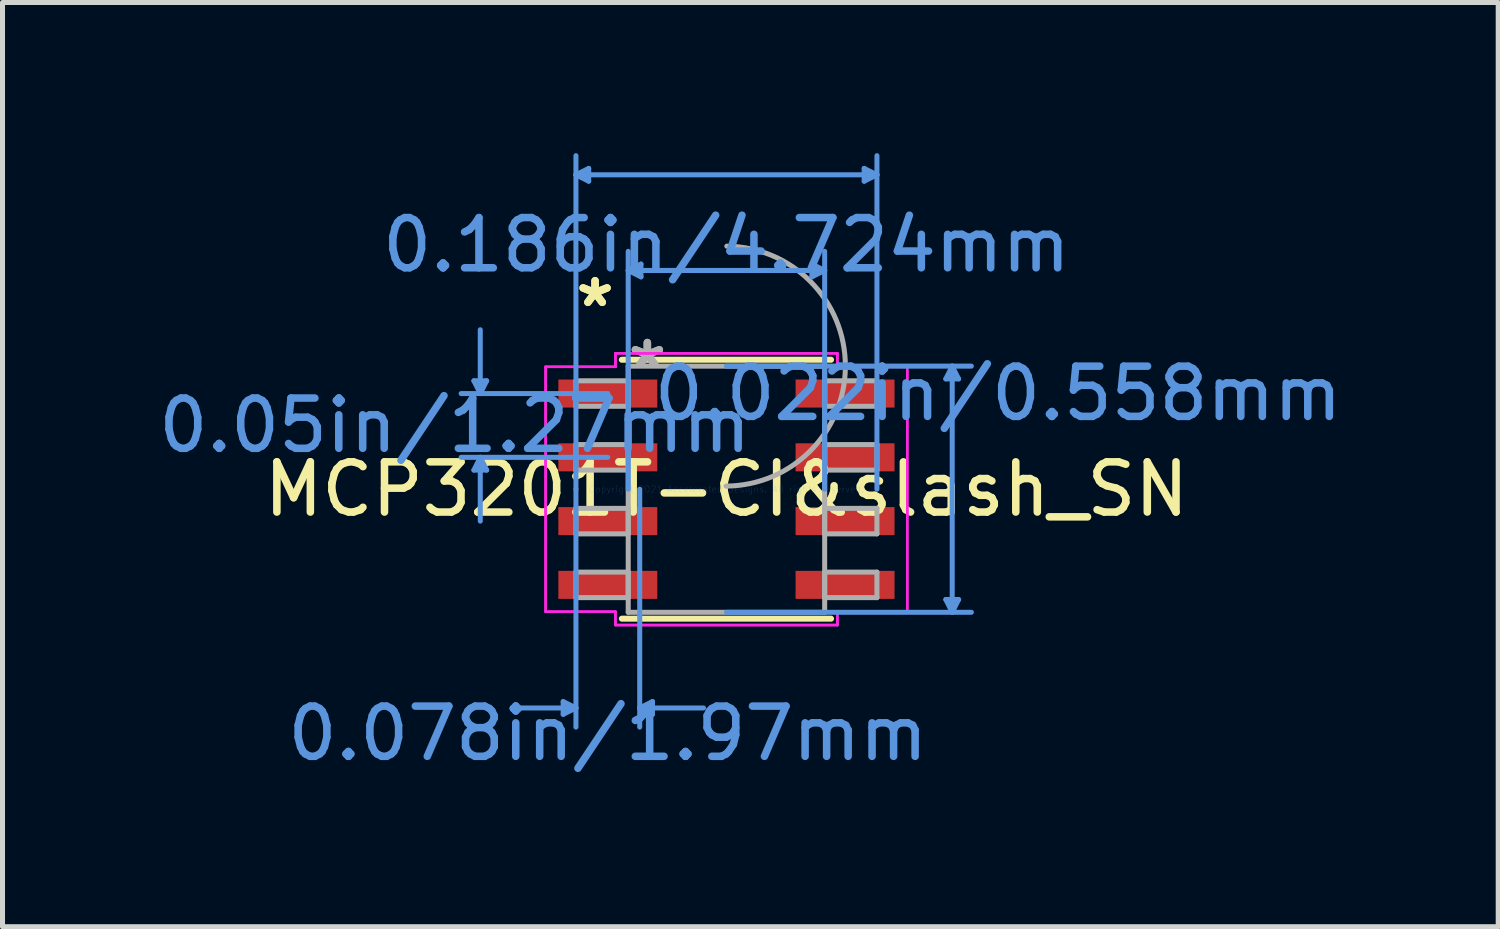
<source format=kicad_pcb>
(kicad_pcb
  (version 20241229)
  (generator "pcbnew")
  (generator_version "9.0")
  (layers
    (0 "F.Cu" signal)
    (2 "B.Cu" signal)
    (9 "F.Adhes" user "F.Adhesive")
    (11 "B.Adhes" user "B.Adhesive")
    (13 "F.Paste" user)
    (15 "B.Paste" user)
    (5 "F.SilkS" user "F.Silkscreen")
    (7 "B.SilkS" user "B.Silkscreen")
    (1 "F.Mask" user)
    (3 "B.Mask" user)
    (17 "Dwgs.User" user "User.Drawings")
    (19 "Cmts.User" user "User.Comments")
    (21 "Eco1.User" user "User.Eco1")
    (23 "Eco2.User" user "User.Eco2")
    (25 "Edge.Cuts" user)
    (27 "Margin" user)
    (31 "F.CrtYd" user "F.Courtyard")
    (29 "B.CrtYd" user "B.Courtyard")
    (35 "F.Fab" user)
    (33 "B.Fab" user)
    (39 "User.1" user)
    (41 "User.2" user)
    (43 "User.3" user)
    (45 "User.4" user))
  (footprint "MCP3201T-CI&slash_SN"
    (layer "F.Cu")
    (at 11.416 6.692)
    (property "Reference" "MCP3201T-CI&slash_SN" (at 0 0 0) (layer "F.SilkS") (effects (font (size 1 1) (thickness 0.15))))
    (attr through_hole)
    (fp_line (start -2.083 2.578) (end 2.083 2.578) (stroke (width 0.12) (type solid)) (layer "F.SilkS"))
    (fp_line (start 2.083 -2.578) (end -2.083 -2.578) (stroke (width 0.12) (type solid)) (layer "F.SilkS"))
    (fp_line (start -5.029 -2.159) (end -4.775 -2.159) (stroke (width 0.1) (type solid)) (layer "Cmts.User"))
    (fp_line (start -5.029 -0.381) (end -4.775 -0.381) (stroke (width 0.1) (type solid)) (layer "Cmts.User"))
    (fp_line (start -4.902 -1.905) (end -5.029 -2.159) (stroke (width 0.1) (type solid)) (layer "Cmts.User"))
    (fp_line (start -4.902 -1.905) (end -4.902 -3.175) (stroke (width 0.1) (type solid)) (layer "Cmts.User"))
    (fp_line (start -4.902 -1.905) (end -4.775 -2.159) (stroke (width 0.1) (type solid)) (layer "Cmts.User"))
    (fp_line (start -4.902 -0.635) (end -5.029 -0.381) (stroke (width 0.1) (type solid)) (layer "Cmts.User"))
    (fp_line (start -4.902 -0.635) (end -4.902 0.635) (stroke (width 0.1) (type solid)) (layer "Cmts.User"))
    (fp_line (start -4.902 -0.635) (end -4.775 -0.381) (stroke (width 0.1) (type solid)) (layer "Cmts.User"))
    (fp_line (start -3.251 4.229) (end -3.251 4.483) (stroke (width 0.1) (type solid)) (layer "Cmts.User"))
    (fp_line (start -2.997 -6.261) (end -2.743 -6.388) (stroke (width 0.1) (type solid)) (layer "Cmts.User"))
    (fp_line (start -2.997 -6.261) (end -2.743 -6.134) (stroke (width 0.1) (type solid)) (layer "Cmts.User"))
    (fp_line (start -2.997 -6.261) (end 2.997 -6.261) (stroke (width 0.1) (type solid)) (layer "Cmts.User"))
    (fp_line (start -2.997 0) (end -2.997 -6.642) (stroke (width 0.1) (type solid)) (layer "Cmts.User"))
    (fp_line (start -2.997 0) (end -2.997 4.737) (stroke (width 0.1) (type solid)) (layer "Cmts.User"))
    (fp_line (start -2.997 4.356) (end -4.267 4.356) (stroke (width 0.1) (type solid)) (layer "Cmts.User"))
    (fp_line (start -2.997 4.356) (end -3.251 4.229) (stroke (width 0.1) (type solid)) (layer "Cmts.User"))
    (fp_line (start -2.997 4.356) (end -3.251 4.483) (stroke (width 0.1) (type solid)) (layer "Cmts.User"))
    (fp_line (start -2.743 -6.388) (end -2.743 -6.134) (stroke (width 0.1) (type solid)) (layer "Cmts.User"))
    (fp_line (start -2.362 -1.905) (end -5.283 -1.905) (stroke (width 0.1) (type solid)) (layer "Cmts.User"))
    (fp_line (start -2.362 -0.635) (end -5.283 -0.635) (stroke (width 0.1) (type solid)) (layer "Cmts.User"))
    (fp_line (start -1.956 -4.356) (end -1.702 -4.483) (stroke (width 0.1) (type solid)) (layer "Cmts.User"))
    (fp_line (start -1.956 -4.356) (end -1.702 -4.229) (stroke (width 0.1) (type solid)) (layer "Cmts.User"))
    (fp_line (start -1.956 -4.356) (end 1.956 -4.356) (stroke (width 0.1) (type solid)) (layer "Cmts.User"))
    (fp_line (start -1.956 0) (end -1.956 -4.737) (stroke (width 0.1) (type solid)) (layer "Cmts.User"))
    (fp_line (start -1.727 0) (end -1.727 4.737) (stroke (width 0.1) (type solid)) (layer "Cmts.User"))
    (fp_line (start -1.727 4.356) (end -1.473 4.229) (stroke (width 0.1) (type solid)) (layer "Cmts.User"))
    (fp_line (start -1.727 4.356) (end -1.473 4.483) (stroke (width 0.1) (type solid)) (layer "Cmts.User"))
    (fp_line (start -1.727 4.356) (end -0.457 4.356) (stroke (width 0.1) (type solid)) (layer "Cmts.User"))
    (fp_line (start -1.702 -4.483) (end -1.702 -4.229) (stroke (width 0.1) (type solid)) (layer "Cmts.User"))
    (fp_line (start -1.473 4.229) (end -1.473 4.483) (stroke (width 0.1) (type solid)) (layer "Cmts.User"))
    (fp_line (start 0 -2.451) (end 4.877 -2.451) (stroke (width 0.1) (type solid)) (layer "Cmts.User"))
    (fp_line (start 0 2.451) (end 4.877 2.451) (stroke (width 0.1) (type solid)) (layer "Cmts.User"))
    (fp_line (start 1.702 -4.483) (end 1.702 -4.229) (stroke (width 0.1) (type solid)) (layer "Cmts.User"))
    (fp_line (start 1.956 -4.356) (end 1.702 -4.483) (stroke (width 0.1) (type solid)) (layer "Cmts.User"))
    (fp_line (start 1.956 -4.356) (end 1.702 -4.229) (stroke (width 0.1) (type solid)) (layer "Cmts.User"))
    (fp_line (start 1.956 0) (end 1.956 -4.737) (stroke (width 0.1) (type solid)) (layer "Cmts.User"))
    (fp_line (start 2.743 -6.388) (end 2.743 -6.134) (stroke (width 0.1) (type solid)) (layer "Cmts.User"))
    (fp_line (start 2.997 -6.261) (end 2.743 -6.388) (stroke (width 0.1) (type solid)) (layer "Cmts.User"))
    (fp_line (start 2.997 -6.261) (end 2.743 -6.134) (stroke (width 0.1) (type solid)) (layer "Cmts.User"))
    (fp_line (start 2.997 0) (end 2.997 -6.642) (stroke (width 0.1) (type solid)) (layer "Cmts.User"))
    (fp_line (start 4.369 -2.197) (end 4.623 -2.197) (stroke (width 0.1) (type solid)) (layer "Cmts.User"))
    (fp_line (start 4.369 2.197) (end 4.623 2.197) (stroke (width 0.1) (type solid)) (layer "Cmts.User"))
    (fp_line (start 4.496 -2.451) (end 4.369 -2.197) (stroke (width 0.1) (type solid)) (layer "Cmts.User"))
    (fp_line (start 4.496 -2.451) (end 4.496 2.451) (stroke (width 0.1) (type solid)) (layer "Cmts.User"))
    (fp_line (start 4.496 -2.451) (end 4.623 -2.197) (stroke (width 0.1) (type solid)) (layer "Cmts.User"))
    (fp_line (start 4.496 2.451) (end 4.369 2.197) (stroke (width 0.1) (type solid)) (layer "Cmts.User"))
    (fp_line (start 4.496 2.451) (end 4.623 2.197) (stroke (width 0.1) (type solid)) (layer "Cmts.User"))
    (fp_line (start -3.601 -2.438) (end -2.21 -2.438) (stroke (width 0.05) (type solid)) (layer "F.CrtYd"))
    (fp_line (start -3.601 -2.438) (end -2.21 -2.438) (stroke (width 0.05) (type solid)) (layer "F.CrtYd"))
    (fp_line (start -3.601 2.438) (end -3.601 -2.438) (stroke (width 0.05) (type solid)) (layer "F.CrtYd"))
    (fp_line (start -3.601 2.438) (end -3.601 -2.438) (stroke (width 0.05) (type solid)) (layer "F.CrtYd"))
    (fp_line (start -3.601 2.438) (end -2.21 2.438) (stroke (width 0.05) (type solid)) (layer "F.CrtYd"))
    (fp_line (start -2.21 -2.705) (end 2.21 -2.705) (stroke (width 0.05) (type solid)) (layer "F.CrtYd"))
    (fp_line (start -2.21 -2.705) (end 2.21 -2.705) (stroke (width 0.05) (type solid)) (layer "F.CrtYd"))
    (fp_line (start -2.21 -2.438) (end -2.21 -2.705) (stroke (width 0.05) (type solid)) (layer "F.CrtYd"))
    (fp_line (start -2.21 -2.438) (end -2.21 -2.705) (stroke (width 0.05) (type solid)) (layer "F.CrtYd"))
    (fp_line (start -2.21 2.438) (end -3.601 2.438) (stroke (width 0.05) (type solid)) (layer "F.CrtYd"))
    (fp_line (start -2.21 2.705) (end -2.21 2.438) (stroke (width 0.05) (type solid)) (layer "F.CrtYd"))
    (fp_line (start -2.21 2.705) (end -2.21 2.438) (stroke (width 0.05) (type solid)) (layer "F.CrtYd"))
    (fp_line (start 2.21 -2.705) (end 2.21 -2.438) (stroke (width 0.05) (type solid)) (layer "F.CrtYd"))
    (fp_line (start 2.21 -2.705) (end 2.21 -2.438) (stroke (width 0.05) (type solid)) (layer "F.CrtYd"))
    (fp_line (start 2.21 -2.438) (end 3.601 -2.438) (stroke (width 0.05) (type solid)) (layer "F.CrtYd"))
    (fp_line (start 2.21 2.438) (end 2.21 2.705) (stroke (width 0.05) (type solid)) (layer "F.CrtYd"))
    (fp_line (start 2.21 2.438) (end 2.21 2.705) (stroke (width 0.05) (type solid)) (layer "F.CrtYd"))
    (fp_line (start 2.21 2.705) (end -2.21 2.705) (stroke (width 0.05) (type solid)) (layer "F.CrtYd"))
    (fp_line (start 2.21 2.705) (end -2.21 2.705) (stroke (width 0.05) (type solid)) (layer "F.CrtYd"))
    (fp_line (start 3.601 -2.438) (end 2.21 -2.438) (stroke (width 0.05) (type solid)) (layer "F.CrtYd"))
    (fp_line (start 3.601 -2.438) (end 3.601 2.438) (stroke (width 0.05) (type solid)) (layer "F.CrtYd"))
    (fp_line (start 3.601 -2.438) (end 3.601 2.438) (stroke (width 0.05) (type solid)) (layer "F.CrtYd"))
    (fp_line (start 3.601 2.438) (end 2.21 2.438) (stroke (width 0.05) (type solid)) (layer "F.CrtYd"))
    (fp_line (start 3.601 2.438) (end 2.21 2.438) (stroke (width 0.05) (type solid)) (layer "F.CrtYd"))
    (fp_line (start -2.997 -2.159) (end -2.997 -1.651) (stroke (width 0.1) (type solid)) (layer "F.Fab"))
    (fp_line (start -2.997 -1.651) (end -1.956 -1.651) (stroke (width 0.1) (type solid)) (layer "F.Fab"))
    (fp_line (start -2.997 -0.889) (end -2.997 -0.381) (stroke (width 0.1) (type solid)) (layer "F.Fab"))
    (fp_line (start -2.997 -0.381) (end -1.956 -0.381) (stroke (width 0.1) (type solid)) (layer "F.Fab"))
    (fp_line (start -2.997 0.381) (end -2.997 0.889) (stroke (width 0.1) (type solid)) (layer "F.Fab"))
    (fp_line (start -2.997 0.889) (end -1.956 0.889) (stroke (width 0.1) (type solid)) (layer "F.Fab"))
    (fp_line (start -2.997 1.651) (end -2.997 2.159) (stroke (width 0.1) (type solid)) (layer "F.Fab"))
    (fp_line (start -2.997 2.159) (end -1.956 2.159) (stroke (width 0.1) (type solid)) (layer "F.Fab"))
    (fp_line (start -1.956 -2.451) (end -1.956 2.451) (stroke (width 0.1) (type solid)) (layer "F.Fab"))
    (fp_line (start -1.956 -2.159) (end -2.997 -2.159) (stroke (width 0.1) (type solid)) (layer "F.Fab"))
    (fp_line (start -1.956 -1.651) (end -1.956 -2.159) (stroke (width 0.1) (type solid)) (layer "F.Fab"))
    (fp_line (start -1.956 -0.889) (end -2.997 -0.889) (stroke (width 0.1) (type solid)) (layer "F.Fab"))
    (fp_line (start -1.956 -0.381) (end -1.956 -0.889) (stroke (width 0.1) (type solid)) (layer "F.Fab"))
    (fp_line (start -1.956 0.381) (end -2.997 0.381) (stroke (width 0.1) (type solid)) (layer "F.Fab"))
    (fp_line (start -1.956 0.889) (end -1.956 0.381) (stroke (width 0.1) (type solid)) (layer "F.Fab"))
    (fp_line (start -1.956 1.651) (end -2.997 1.651) (stroke (width 0.1) (type solid)) (layer "F.Fab"))
    (fp_line (start -1.956 2.159) (end -1.956 1.651) (stroke (width 0.1) (type solid)) (layer "F.Fab"))
    (fp_line (start -1.956 2.451) (end 1.956 2.451) (stroke (width 0.1) (type solid)) (layer "F.Fab"))
    (fp_line (start 1.956 -2.451) (end -1.956 -2.451) (stroke (width 0.1) (type solid)) (layer "F.Fab"))
    (fp_line (start 1.956 -2.159) (end 1.956 -1.651) (stroke (width 0.1) (type solid)) (layer "F.Fab"))
    (fp_line (start 1.956 -1.651) (end 2.997 -1.651) (stroke (width 0.1) (type solid)) (layer "F.Fab"))
    (fp_line (start 1.956 -0.889) (end 1.956 -0.381) (stroke (width 0.1) (type solid)) (layer "F.Fab"))
    (fp_line (start 1.956 -0.381) (end 2.997 -0.381) (stroke (width 0.1) (type solid)) (layer "F.Fab"))
    (fp_line (start 1.956 0.381) (end 1.956 0.889) (stroke (width 0.1) (type solid)) (layer "F.Fab"))
    (fp_line (start 1.956 0.889) (end 2.997 0.889) (stroke (width 0.1) (type solid)) (layer "F.Fab"))
    (fp_line (start 1.956 1.651) (end 1.956 2.159) (stroke (width 0.1) (type solid)) (layer "F.Fab"))
    (fp_line (start 1.956 2.159) (end 2.997 2.159) (stroke (width 0.1) (type solid)) (layer "F.Fab"))
    (fp_line (start 1.956 2.451) (end 1.956 -2.451) (stroke (width 0.1) (type solid)) (layer "F.Fab"))
    (fp_line (start 2.997 -2.159) (end 1.956 -2.159) (stroke (width 0.1) (type solid)) (layer "F.Fab"))
    (fp_line (start 2.997 -1.651) (end 2.997 -2.159) (stroke (width 0.1) (type solid)) (layer "F.Fab"))
    (fp_line (start 2.997 -0.889) (end 1.956 -0.889) (stroke (width 0.1) (type solid)) (layer "F.Fab"))
    (fp_line (start 2.997 -0.381) (end 2.997 -0.889) (stroke (width 0.1) (type solid)) (layer "F.Fab"))
    (fp_line (start 2.997 0.381) (end 1.956 0.381) (stroke (width 0.1) (type solid)) (layer "F.Fab"))
    (fp_line (start 2.997 0.889) (end 2.997 0.381) (stroke (width 0.1) (type solid)) (layer "F.Fab"))
    (fp_line (start 2.997 1.651) (end 1.956 1.651) (stroke (width 0.1) (type solid)) (layer "F.Fab"))
    (fp_line (start 2.997 2.159) (end 2.997 1.651) (stroke (width 0.1) (type solid)) (layer "F.Fab"))
    (fp_arc (start 0.007742 -4.839942) (mid 2.388842 -2.443358) (end -0.007742 -0.062258) (stroke (width 0.1) (type solid)) (layer "F.Fab"))
    (fp_text user "*" (at -2.616 -3.606 0) (layer "F.SilkS") (effects (font (size 1 1) (thickness 0.15))))
    (fp_text user "*" (at -2.616 -3.606 0) (layer "F.SilkS") (effects (font (size 1 1) (thickness 0.15))))
    (fp_text user "0.186in/4.724mm" (at 0 -4.864 0) (layer "Cmts.User") (effects (font (size 1 1) (thickness 0.15))))
    (fp_text user "Copyright 2021 Accelerated Designs. All rights reserved." (at 0 0 0) (layer "Cmts.User") (effects (font (size 0.127 0.127) (thickness 0.002))))
    (fp_text user "0.078in/1.97mm" (at -2.362 4.864 0) (layer "Cmts.User") (effects (font (size 1 1) (thickness 0.15))))
    (fp_text user "0.05in/1.27mm" (at -5.41 -1.27 0) (layer "Cmts.User") (effects (font (size 1 1) (thickness 0.15))))
    (fp_text user "0.022in/0.558mm" (at 5.41 -1.905 0) (layer "Cmts.User") (effects (font (size 1 1) (thickness 0.15))))
    (fp_text user "*" (at -1.575 -2.375 0) (layer "F.Fab") (effects (font (size 1 1) (thickness 0.15))))
    (fp_text user "*" (at -1.575 -2.375 0) (layer "F.Fab") (effects (font (size 1 1) (thickness 0.15))))
    (pad "1" smd rect (at -2.362 -1.905) (size 1.97 0.558) (layers "F.Cu" "F.Mask" "F.Paste"))
    (pad "2" smd rect (at -2.362 -0.635) (size 1.97 0.558) (layers "F.Cu" "F.Mask" "F.Paste"))
    (pad "3" smd rect (at -2.362 0.635) (size 1.97 0.558) (layers "F.Cu" "F.Mask" "F.Paste"))
    (pad "4" smd rect (at -2.362 1.905) (size 1.97 0.558) (layers "F.Cu" "F.Mask" "F.Paste"))
    (pad "5" smd rect (at 2.362 1.905) (size 1.97 0.558) (layers "F.Cu" "F.Mask" "F.Paste"))
    (pad "6" smd rect (at 2.362 0.635) (size 1.97 0.558) (layers "F.Cu" "F.Mask" "F.Paste"))
    (pad "7" smd rect (at 2.362 -0.635) (size 1.97 0.558) (layers "F.Cu" "F.Mask" "F.Paste"))
    (pad "8" smd rect (at 2.362 -1.905) (size 1.97 0.558) (layers "F.Cu" "F.Mask" "F.Paste")))
  (gr_rect
    (start -3 -3)
    (end 26.785 15.404)
    (stroke (width 0.1) (type default))
    (fill no)
    (layer "Edge.Cuts")))
</source>
